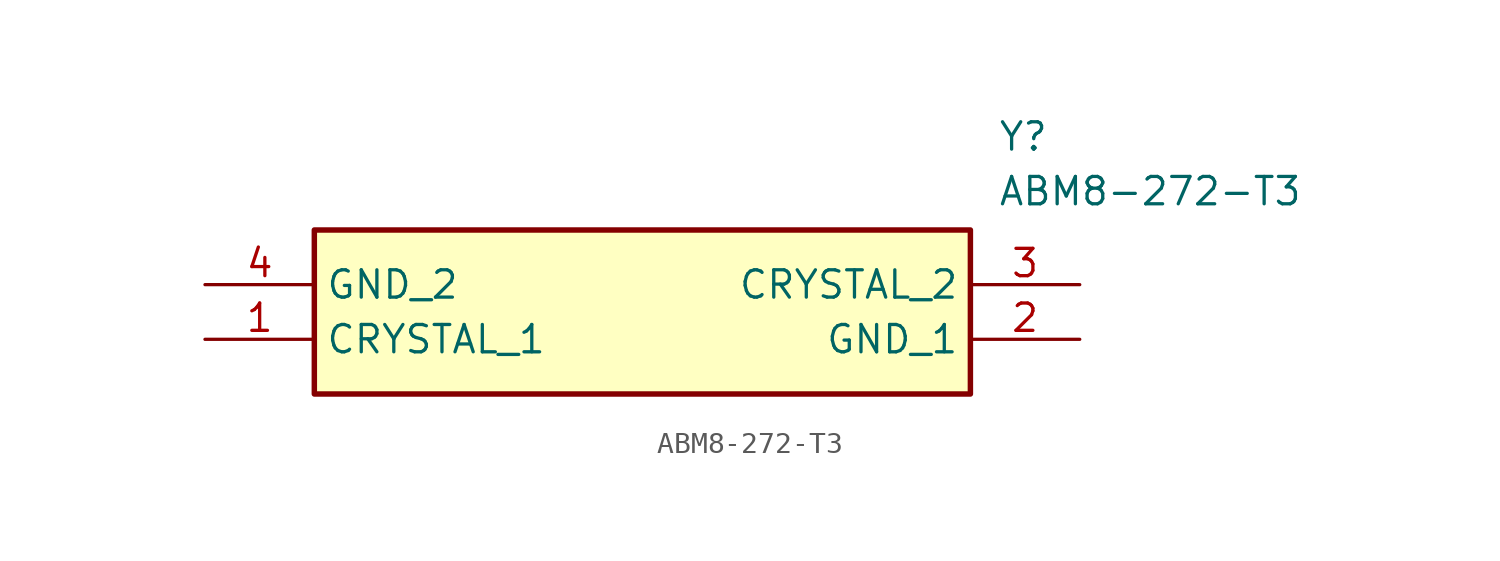
<source format=kicad_sym>
(kicad_symbol_lib
  (version 20211014)
  (generator SamacSys_ECAD_Model)
  (symbol "ABM8-272-T3"
    (property "Reference" "Y"
      (at 36.83 7.62 0)
      (effects (font (size 1.27 1.27)) (justify left top)))
    (property "Value" "ABM8-272-T3"
      (at 36.83 5.08 0)
      (effects (font (size 1.27 1.27)) (justify left top)))
    (rectangle
      (start 5.08 2.54)
      (end 35.56 -5.08)
      (stroke (width 0.254) (type default))
      (fill (type background)))
    (pin passive line
      (at 0 -2.54 0)
      (length 5.08)
      (name "CRYSTAL_1" (effects (font (size 1.27 1.27))))
      (number "1" (effects (font (size 1.27 1.27)))))
    (pin passive line
      (at 40.64 -2.54 180)
      (length 5.08)
      (name "GND_1" (effects (font (size 1.27 1.27))))
      (number "2" (effects (font (size 1.27 1.27)))))
    (pin passive line
      (at 40.64 0 180)
      (length 5.08)
      (name "CRYSTAL_2" (effects (font (size 1.27 1.27))))
      (number "3" (effects (font (size 1.27 1.27)))))
    (pin passive line
      (at 0 0 0)
      (length 5.08)
      (name "GND_2" (effects (font (size 1.27 1.27))))
      (number "4" (effects (font (size 1.27 1.27)))))))
</source>
